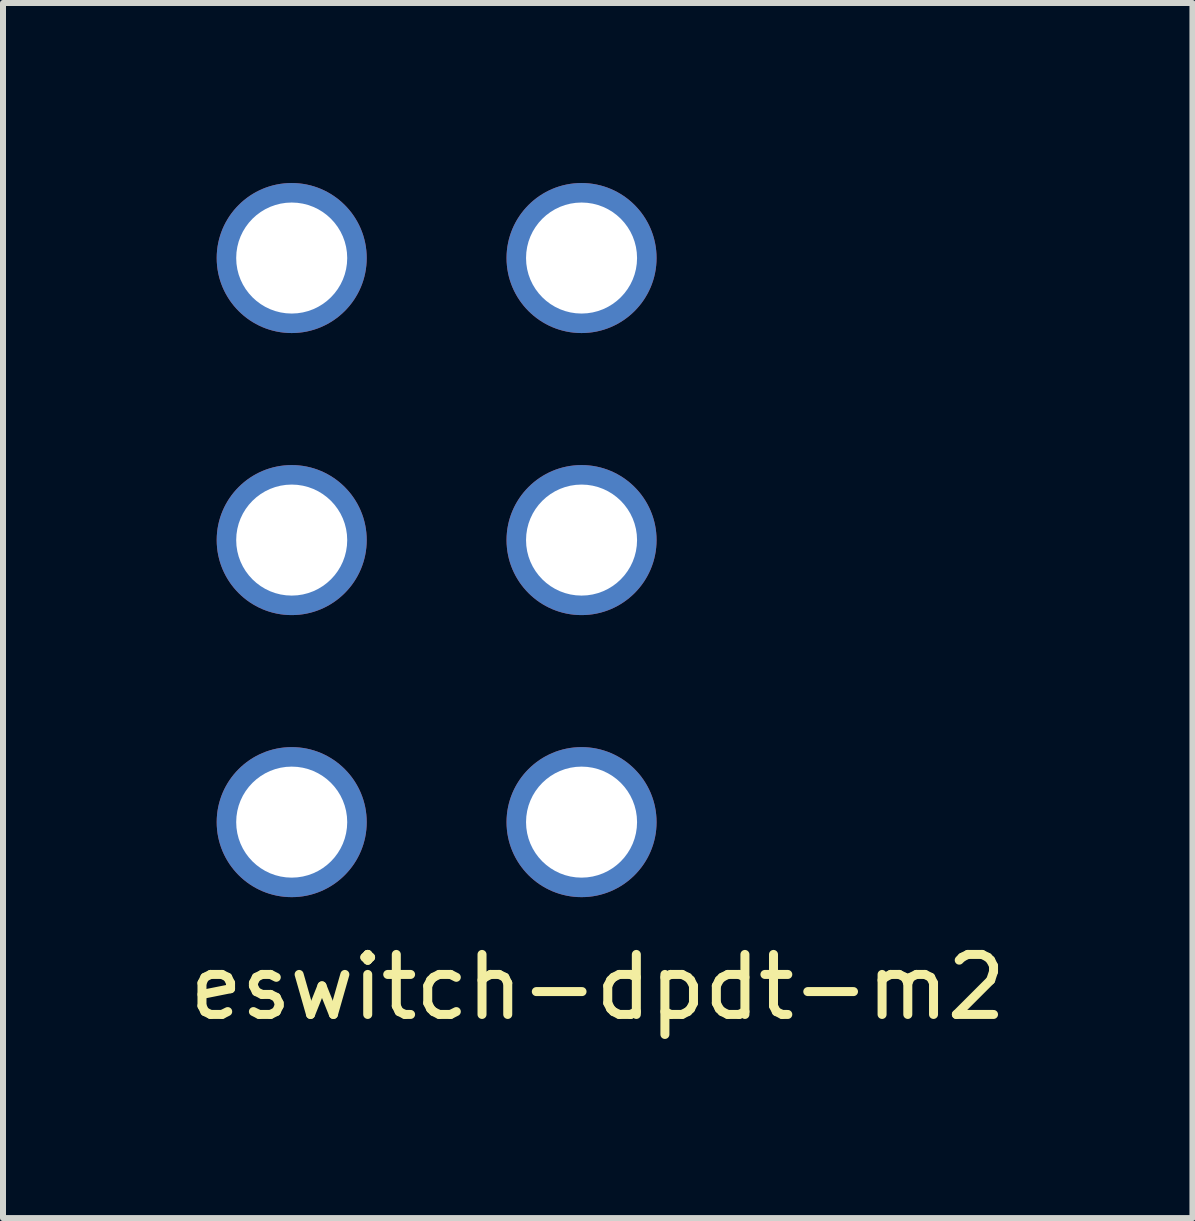
<source format=kicad_pcb>
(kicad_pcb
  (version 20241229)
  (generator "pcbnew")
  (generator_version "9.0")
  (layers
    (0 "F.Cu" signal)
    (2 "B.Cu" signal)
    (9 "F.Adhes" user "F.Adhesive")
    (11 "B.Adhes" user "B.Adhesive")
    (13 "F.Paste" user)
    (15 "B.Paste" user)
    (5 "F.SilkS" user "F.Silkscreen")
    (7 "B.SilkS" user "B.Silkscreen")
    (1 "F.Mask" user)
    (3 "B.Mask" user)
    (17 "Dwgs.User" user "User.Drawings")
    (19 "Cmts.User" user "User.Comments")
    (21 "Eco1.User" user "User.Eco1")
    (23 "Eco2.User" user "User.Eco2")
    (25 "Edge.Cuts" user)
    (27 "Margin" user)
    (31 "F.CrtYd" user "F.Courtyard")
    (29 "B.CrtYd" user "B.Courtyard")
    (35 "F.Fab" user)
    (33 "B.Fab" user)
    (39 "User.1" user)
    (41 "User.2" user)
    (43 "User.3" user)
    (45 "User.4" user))
  (footprint "eswitch-dpdt-m2"
    (layer "F.Cu")
    (at 1.811 1.25)
    (property "Reference" "eswitch-dpdt-m2" (at 5.1 12.15 0) (layer "F.SilkS") (effects (font (size 1 1) (thickness 0.15))))
    (attr through_hole)
    (pad "1" thru_hole circle (at 0 0) (size 2.5 2.5) (drill 1.85) (layers "*.Cu" "*.Mask"))
    (pad "2" thru_hole circle (at 0 4.7) (size 2.5 2.5) (drill 1.85) (layers "*.Cu" "*.Mask"))
    (pad "3" thru_hole circle (at 0 9.4) (size 2.5 2.5) (drill 1.85) (layers "*.Cu" "*.Mask"))
    (pad "4" thru_hole circle (at 4.83 0) (size 2.5 2.5) (drill 1.85) (layers "*.Cu" "*.Mask"))
    (pad "5" thru_hole circle (at 4.83 4.7) (size 2.5 2.5) (drill 1.85) (layers "*.Cu" "*.Mask"))
    (pad "6" thru_hole circle (at 4.83 9.4) (size 2.5 2.5) (drill 1.85) (layers "*.Cu" "*.Mask")))
  (gr_rect
    (start -3 -3)
    (end 16.821 17.248)
    (stroke (width 0.1) (type default))
    (fill no)
    (layer "Edge.Cuts")))
</source>
